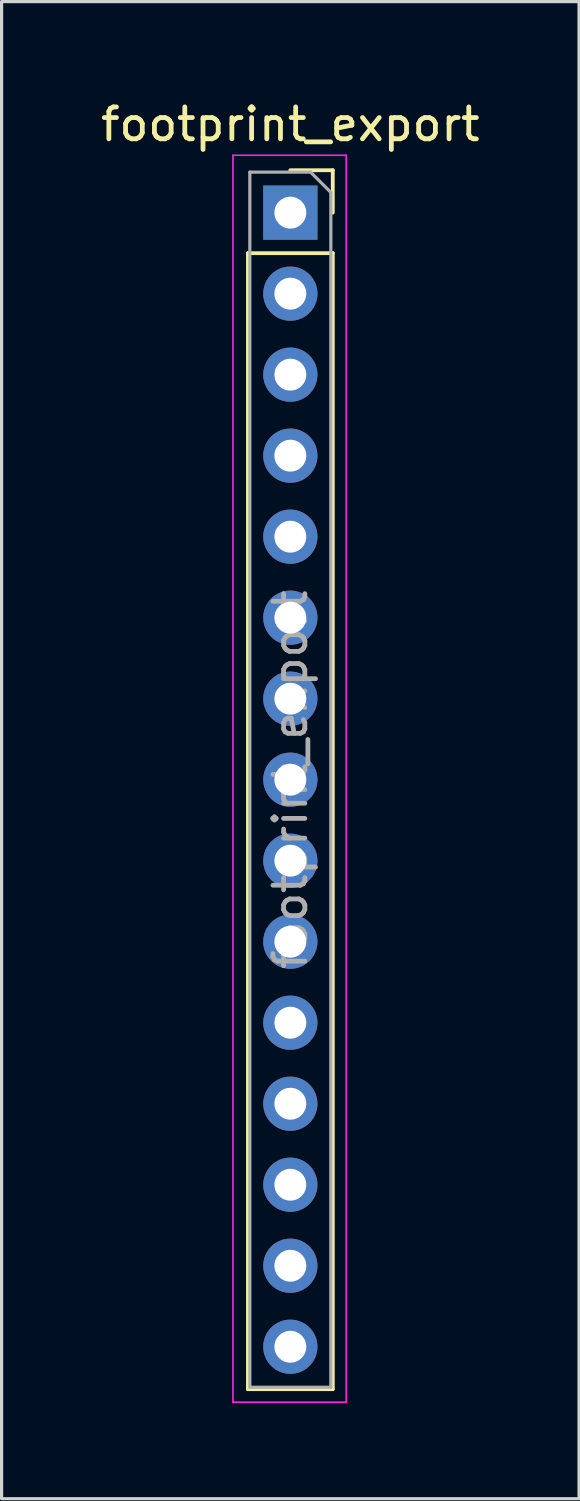
<source format=kicad_pcb>
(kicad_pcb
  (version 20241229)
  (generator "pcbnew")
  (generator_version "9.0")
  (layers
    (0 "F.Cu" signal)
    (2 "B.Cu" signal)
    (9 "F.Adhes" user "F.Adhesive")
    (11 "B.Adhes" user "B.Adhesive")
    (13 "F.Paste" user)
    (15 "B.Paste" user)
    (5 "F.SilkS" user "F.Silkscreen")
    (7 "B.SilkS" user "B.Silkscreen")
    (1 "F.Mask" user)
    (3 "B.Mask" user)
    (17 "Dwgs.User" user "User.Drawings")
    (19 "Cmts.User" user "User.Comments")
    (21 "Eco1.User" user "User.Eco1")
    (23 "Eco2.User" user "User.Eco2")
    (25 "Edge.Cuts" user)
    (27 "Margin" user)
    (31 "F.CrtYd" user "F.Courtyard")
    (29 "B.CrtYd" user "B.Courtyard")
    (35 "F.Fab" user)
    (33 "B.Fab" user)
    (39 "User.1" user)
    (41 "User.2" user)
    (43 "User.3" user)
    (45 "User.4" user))
  (footprint "footprint_export"
    (layer "F.Cu")
    (at 6.054 3.618)
    (property "Reference" "footprint_export" (at 0 -2.77 0) (layer "F.SilkS") (effects (font (size 1 1) (thickness 0.15))))
    (attr through_hole)
    (fp_line (start -1.33 1.27) (end -1.33 36.89) (stroke (width 0.12) (type solid)) (layer "F.SilkS"))
    (fp_line (start -1.33 1.27) (end 1.33 1.27) (stroke (width 0.12) (type solid)) (layer "F.SilkS"))
    (fp_line (start -1.33 36.89) (end 1.33 36.89) (stroke (width 0.12) (type solid)) (layer "F.SilkS"))
    (fp_line (start 0 -1.33) (end 1.33 -1.33) (stroke (width 0.12) (type solid)) (layer "F.SilkS"))
    (fp_line (start 1.33 -1.33) (end 1.33 0) (stroke (width 0.12) (type solid)) (layer "F.SilkS"))
    (fp_line (start 1.33 1.27) (end 1.33 36.89) (stroke (width 0.12) (type solid)) (layer "F.SilkS"))
    (fp_line (start -1.8 -1.8) (end 1.75 -1.8) (stroke (width 0.05) (type solid)) (layer "F.CrtYd"))
    (fp_line (start -1.8 37.3) (end -1.8 -1.8) (stroke (width 0.05) (type solid)) (layer "F.CrtYd"))
    (fp_line (start 1.75 -1.8) (end 1.75 37.3) (stroke (width 0.05) (type solid)) (layer "F.CrtYd"))
    (fp_line (start 1.75 37.3) (end -1.8 37.3) (stroke (width 0.05) (type solid)) (layer "F.CrtYd"))
    (fp_line (start -1.27 -1.27) (end 0.635 -1.27) (stroke (width 0.1) (type solid)) (layer "F.Fab"))
    (fp_line (start -1.27 36.83) (end -1.27 -1.27) (stroke (width 0.1) (type solid)) (layer "F.Fab"))
    (fp_line (start 0.635 -1.27) (end 1.27 -0.635) (stroke (width 0.1) (type solid)) (layer "F.Fab"))
    (fp_line (start 1.27 -0.635) (end 1.27 36.83) (stroke (width 0.1) (type solid)) (layer "F.Fab"))
    (fp_line (start 1.27 36.83) (end -1.27 36.83) (stroke (width 0.1) (type solid)) (layer "F.Fab"))
    (fp_text user "${REFERENCE}" (at 0 17.78 90) (layer "F.Fab") (effects (font (size 1 1) (thickness 0.15))))
    (pad "1" thru_hole rect (at 0 0) (size 1.7 1.7) (drill 1) (layers "*.Cu" "*.Mask"))
    (pad "2" thru_hole oval (at 0 2.54) (size 1.7 1.7) (drill 1) (layers "*.Cu" "*.Mask"))
    (pad "3" thru_hole oval (at 0 5.08) (size 1.7 1.7) (drill 1) (layers "*.Cu" "*.Mask"))
    (pad "4" thru_hole oval (at 0 7.62) (size 1.7 1.7) (drill 1) (layers "*.Cu" "*.Mask"))
    (pad "5" thru_hole oval (at 0 10.16) (size 1.7 1.7) (drill 1) (layers "*.Cu" "*.Mask"))
    (pad "6" thru_hole oval (at 0 12.7) (size 1.7 1.7) (drill 1) (layers "*.Cu" "*.Mask"))
    (pad "7" thru_hole oval (at 0 15.24) (size 1.7 1.7) (drill 1) (layers "*.Cu" "*.Mask"))
    (pad "8" thru_hole oval (at 0 17.78) (size 1.7 1.7) (drill 1) (layers "*.Cu" "*.Mask"))
    (pad "9" thru_hole oval (at 0 20.32) (size 1.7 1.7) (drill 1) (layers "*.Cu" "*.Mask"))
    (pad "10" thru_hole oval (at 0 22.86) (size 1.7 1.7) (drill 1) (layers "*.Cu" "*.Mask"))
    (pad "11" thru_hole oval (at 0 25.4) (size 1.7 1.7) (drill 1) (layers "*.Cu" "*.Mask"))
    (pad "12" thru_hole oval (at 0 27.94) (size 1.7 1.7) (drill 1) (layers "*.Cu" "*.Mask"))
    (pad "13" thru_hole oval (at 0 30.48) (size 1.7 1.7) (drill 1) (layers "*.Cu" "*.Mask"))
    (pad "14" thru_hole oval (at 0 33.02) (size 1.7 1.7) (drill 1) (layers "*.Cu" "*.Mask"))
    (pad "15" thru_hole oval (at 0 35.56) (size 1.7 1.7) (drill 1) (layers "*.Cu" "*.Mask")))
  (gr_rect
    (start -3 -3)
    (end 15.107 43.943)
    (stroke (width 0.1) (type default))
    (fill no)
    (layer "Edge.Cuts")))
</source>
